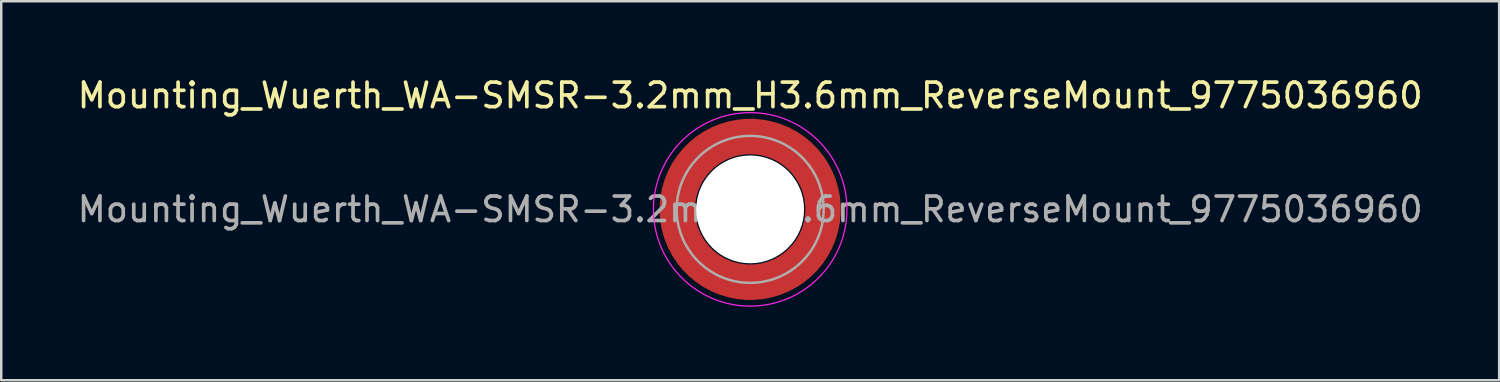
<source format=kicad_pcb>
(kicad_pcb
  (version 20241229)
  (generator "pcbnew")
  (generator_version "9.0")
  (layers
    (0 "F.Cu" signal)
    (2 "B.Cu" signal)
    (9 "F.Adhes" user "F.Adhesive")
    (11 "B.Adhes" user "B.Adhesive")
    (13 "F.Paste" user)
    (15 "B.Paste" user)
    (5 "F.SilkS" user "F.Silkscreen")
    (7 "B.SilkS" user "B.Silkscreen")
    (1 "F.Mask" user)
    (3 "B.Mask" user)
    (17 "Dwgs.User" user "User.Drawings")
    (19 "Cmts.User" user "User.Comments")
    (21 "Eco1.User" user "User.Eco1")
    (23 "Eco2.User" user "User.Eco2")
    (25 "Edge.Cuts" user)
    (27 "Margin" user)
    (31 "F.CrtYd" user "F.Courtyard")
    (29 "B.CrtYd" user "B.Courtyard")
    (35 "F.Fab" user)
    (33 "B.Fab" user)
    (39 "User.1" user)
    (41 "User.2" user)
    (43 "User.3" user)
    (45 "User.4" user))
  (footprint "Mounting_Wuerth_WA-SMSR-3.2mm_H3.6mm_ReverseMount_9775036960"
    (layer "F.Cu")
    (at 27.577 5.498)
    (property "Reference" "Mounting_Wuerth_WA-SMSR-3.2mm_H3.6mm_ReverseMount_9775036960" (at 0 -4.65 0) (layer "F.SilkS") (effects (font (size 1 1) (thickness 0.15))))
    (attr smd)
    (fp_circle (center 0 0) (end 3.95 0) (stroke (width 0.05) (type solid)) (fill no) (layer "F.CrtYd"))
    (fp_circle (center 0 0) (end 3 0) (stroke (width 0.1) (type solid)) (fill no) (layer "F.Fab"))
    (fp_text user "${REFERENCE}" (at 0 0 0) (layer "F.Fab") (effects (font (size 1 1) (thickness 0.15))))
    (pad "" smd custom (at -2.095 -2.095) (size 0.945 0.945) (layers "F.Paste") (options (anchor circle)) (primitives (gr_arc (start -0.24231 1.594804) (mid 0.404104 0.405534) (end 1.592827 -0.241886) (width 0.2)) (gr_arc (start -0.3398 1.594804) (mid 0.335987 0.338711) (end 1.591031 -0.339022) (width 0.2)) (gr_arc (start -0.437132 1.594804) (mid 0.268952 0.270807) (end 1.592231 -0.436623) (width 0.2)) (gr_arc (start -0.534324 1.594804) (mid 0.201345 0.203474) (end 1.591846 -0.53376) (width 0.2)) (gr_arc (start -0.631391 1.594804) (mid 0.134696 0.135183) (end 1.594126 -0.631267) (width 0.2)) (gr_arc (start -0.728345 1.594804) (mid 0.067234 0.067705) (end 1.594149 -0.728229) (width 0.2)) (gr_arc (start -0.825197 1.594804) (mid -0.001218 0.001219) (end 1.591408 -0.824614) (width 0.2)) (gr_arc (start -0.921958 1.594804) (mid -0.068952 -0.065985) (end 1.590665 -0.921269) (width 0.2)) (gr_arc (start -1.018637 1.594804) (mid -0.135972 -0.133907) (end 1.59192 -1.018172) (width 0.2)) (gr_arc (start -1.115239 1.594804) (mid -0.20428 -0.200537) (end 1.589574 -1.11442) (width 0.2)) (gr_arc (start -1.211773 1.594804) (mid -0.26993 -0.269828) (end 1.594662 -1.211751) (width 0.2)) (gr_arc (start -1.308244 1.594804) (mid -0.33911 -0.335587) (end 1.589875 -1.307516) (width 0.2)) (gr_arc (start -1.404657 1.594804) (mid -0.405633 -0.404004) (end 1.592524 -1.404331) (width 0.2)) (gr_arc (start -1.404657 1.594804) (mid -0.405633 -0.404004) (end 1.592524 -1.404331) (width 0.2)) (gr_line (start 1.595 -0.242) (end 1.595 -1.405) (width 0.2)) (gr_line (start -0.242 1.595) (end -1.405 1.595) (width 0.2))))
    (pad "" smd custom (at -2.095 2.095) (size 0.945 0.945) (layers "F.Paste") (options (anchor circle)) (primitives (gr_arc (start 1.594804 0.24231) (mid 0.405534 -0.404104) (end -0.241886 -1.592827) (width 0.2)) (gr_arc (start 1.594804 0.3398) (mid 0.338711 -0.335987) (end -0.339022 -1.591031) (width 0.2)) (gr_arc (start 1.594804 0.437132) (mid 0.270807 -0.268952) (end -0.436623 -1.592231) (width 0.2)) (gr_arc (start 1.594804 0.534324) (mid 0.203474 -0.201345) (end -0.53376 -1.591846) (width 0.2)) (gr_arc (start 1.594804 0.631391) (mid 0.135183 -0.134696) (end -0.631267 -1.594126) (width 0.2)) (gr_arc (start 1.594804 0.728345) (mid 0.067705 -0.067234) (end -0.728229 -1.594149) (width 0.2)) (gr_arc (start 1.594804 0.825197) (mid 0.001219 0.001218) (end -0.824614 -1.591408) (width 0.2)) (gr_arc (start 1.594804 0.921958) (mid -0.065985 0.068952) (end -0.921269 -1.590665) (width 0.2)) (gr_arc (start 1.594804 1.018637) (mid -0.133907 0.135972) (end -1.018172 -1.59192) (width 0.2)) (gr_arc (start 1.594804 1.115239) (mid -0.200537 0.20428) (end -1.11442 -1.589574) (width 0.2)) (gr_arc (start 1.594804 1.211773) (mid -0.269828 0.26993) (end -1.211751 -1.594662) (width 0.2)) (gr_arc (start 1.594804 1.308244) (mid -0.335587 0.33911) (end -1.307516 -1.589875) (width 0.2)) (gr_arc (start 1.594804 1.404657) (mid -0.404004 0.405633) (end -1.404331 -1.592524) (width 0.2)) (gr_arc (start 1.594804 1.404657) (mid -0.404004 0.405633) (end -1.404331 -1.592524) (width 0.2)) (gr_line (start -0.242 -1.595) (end -1.405 -1.595) (width 0.2)) (gr_line (start 1.595 0.242) (end 1.595 1.405) (width 0.2))))
    (pad "" np_thru_hole circle (at 0 0) (size 4.4 4.4) (drill 4.4) (layers "*.Cu" "*.Mask"))
    (pad "" smd custom (at 2.095 -2.095) (size 0.945 0.945) (layers "F.Paste") (options (anchor circle)) (primitives (gr_arc (start -1.594804 -0.24231) (mid -0.405534 0.404104) (end 0.241886 1.592827) (width 0.2)) (gr_arc (start -1.594804 -0.3398) (mid -0.338711 0.335987) (end 0.339022 1.591031) (width 0.2)) (gr_arc (start -1.594804 -0.437132) (mid -0.270807 0.268952) (end 0.436623 1.592231) (width 0.2)) (gr_arc (start -1.594804 -0.534324) (mid -0.203474 0.201345) (end 0.53376 1.591846) (width 0.2)) (gr_arc (start -1.594804 -0.631391) (mid -0.135183 0.134696) (end 0.631267 1.594126) (width 0.2)) (gr_arc (start -1.594804 -0.728345) (mid -0.067705 0.067234) (end 0.728229 1.594149) (width 0.2)) (gr_arc (start -1.594804 -0.825197) (mid -0.001219 -0.001218) (end 0.824614 1.591408) (width 0.2)) (gr_arc (start -1.594804 -0.921958) (mid 0.065985 -0.068952) (end 0.921269 1.590665) (width 0.2)) (gr_arc (start -1.594804 -1.018637) (mid 0.133907 -0.135972) (end 1.018172 1.59192) (width 0.2)) (gr_arc (start -1.594804 -1.115239) (mid 0.200537 -0.20428) (end 1.11442 1.589574) (width 0.2)) (gr_arc (start -1.594804 -1.211773) (mid 0.269828 -0.26993) (end 1.211751 1.594662) (width 0.2)) (gr_arc (start -1.594804 -1.308244) (mid 0.335587 -0.33911) (end 1.307516 1.589875) (width 0.2)) (gr_arc (start -1.594804 -1.404657) (mid 0.404004 -0.405633) (end 1.404331 1.592524) (width 0.2)) (gr_arc (start -1.594804 -1.404657) (mid 0.404004 -0.405633) (end 1.404331 1.592524) (width 0.2)) (gr_line (start 0.242 1.595) (end 1.405 1.595) (width 0.2)) (gr_line (start -1.595 -0.242) (end -1.595 -1.405) (width 0.2))))
    (pad "" smd custom (at 2.095 2.095) (size 0.945 0.945) (layers "F.Paste") (options (anchor circle)) (primitives (gr_arc (start 0.24231 -1.594804) (mid -0.404104 -0.405534) (end -1.592827 0.241886) (width 0.2)) (gr_arc (start 0.3398 -1.594804) (mid -0.335987 -0.338711) (end -1.591031 0.339022) (width 0.2)) (gr_arc (start 0.437132 -1.594804) (mid -0.268952 -0.270807) (end -1.592231 0.436623) (width 0.2)) (gr_arc (start 0.534324 -1.594804) (mid -0.201345 -0.203474) (end -1.591846 0.53376) (width 0.2)) (gr_arc (start 0.631391 -1.594804) (mid -0.134696 -0.135183) (end -1.594126 0.631267) (width 0.2)) (gr_arc (start 0.728345 -1.594804) (mid -0.067234 -0.067705) (end -1.594149 0.728229) (width 0.2)) (gr_arc (start 0.825197 -1.594804) (mid 0.001218 -0.001219) (end -1.591408 0.824614) (width 0.2)) (gr_arc (start 0.921958 -1.594804) (mid 0.068952 0.065985) (end -1.590665 0.921269) (width 0.2)) (gr_arc (start 1.018637 -1.594804) (mid 0.135972 0.133907) (end -1.59192 1.018172) (width 0.2)) (gr_arc (start 1.115239 -1.594804) (mid 0.20428 0.200537) (end -1.589574 1.11442) (width 0.2)) (gr_arc (start 1.211773 -1.594804) (mid 0.26993 0.269828) (end -1.594662 1.211751) (width 0.2)) (gr_arc (start 1.308244 -1.594804) (mid 0.33911 0.335587) (end -1.589875 1.307516) (width 0.2)) (gr_arc (start 1.404657 -1.594804) (mid 0.405633 0.404004) (end -1.592524 1.404331) (width 0.2)) (gr_arc (start 1.404657 -1.594804) (mid 0.405633 0.404004) (end -1.592524 1.404331) (width 0.2)) (gr_line (start -1.595 0.242) (end -1.595 1.405) (width 0.2)) (gr_line (start 0.242 -1.595) (end 1.405 -1.595) (width 0.2))))
    (pad "1" smd circle (at -2.975 0) (size 1.05 1.05) (layers "F.Cu"))
    (pad "1" smd circle (at 0 -2.975) (size 1.05 1.05) (layers "F.Cu"))
    (pad "1" smd circle (at 0 2.975) (size 1.05 1.05) (layers "F.Cu"))
    (pad "1" smd custom (at 2.975 0) (size 1.05 1.05) (layers "F.Cu" "F.Mask") (options (anchor circle)) (primitives (gr_circle (center -2.975 0) (end 0 0) (width 1.45) (fill no)))))
  (gr_rect
    (start -3 -3)
    (end 58.155 12.473)
    (stroke (width 0.1) (type default))
    (fill no)
    (layer "Edge.Cuts")))
</source>
